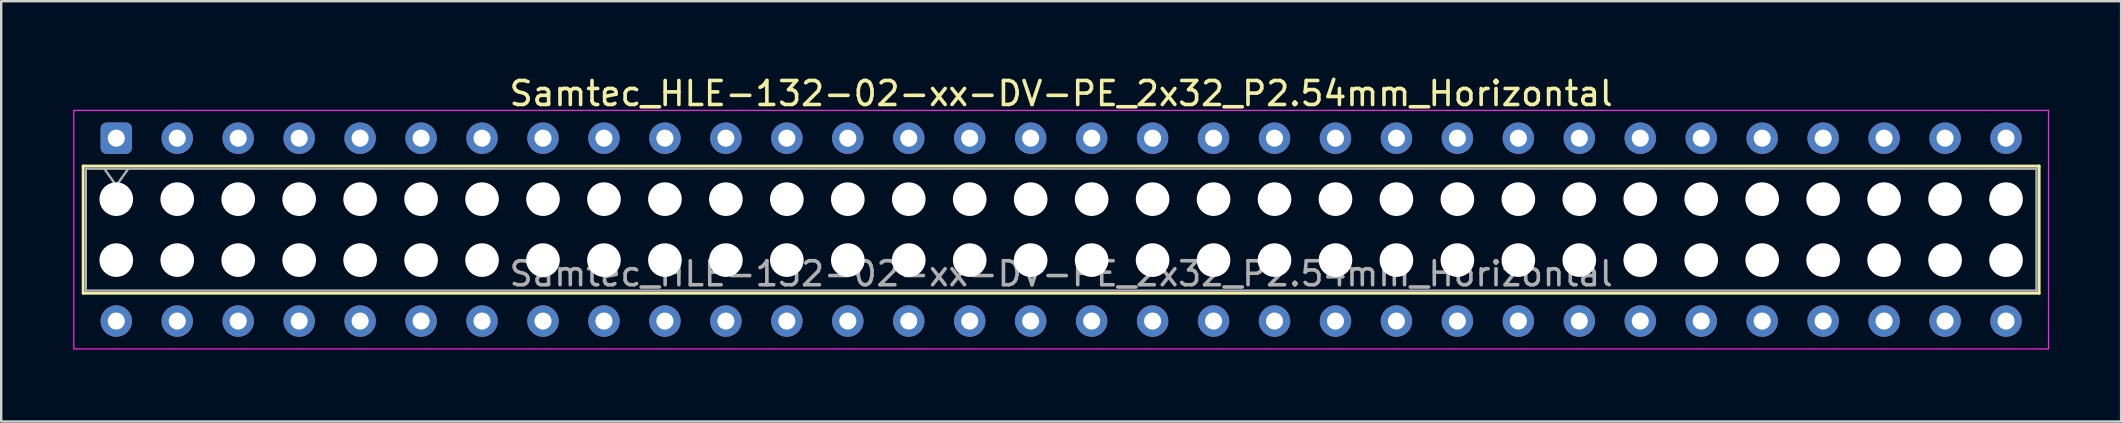
<source format=kicad_pcb>
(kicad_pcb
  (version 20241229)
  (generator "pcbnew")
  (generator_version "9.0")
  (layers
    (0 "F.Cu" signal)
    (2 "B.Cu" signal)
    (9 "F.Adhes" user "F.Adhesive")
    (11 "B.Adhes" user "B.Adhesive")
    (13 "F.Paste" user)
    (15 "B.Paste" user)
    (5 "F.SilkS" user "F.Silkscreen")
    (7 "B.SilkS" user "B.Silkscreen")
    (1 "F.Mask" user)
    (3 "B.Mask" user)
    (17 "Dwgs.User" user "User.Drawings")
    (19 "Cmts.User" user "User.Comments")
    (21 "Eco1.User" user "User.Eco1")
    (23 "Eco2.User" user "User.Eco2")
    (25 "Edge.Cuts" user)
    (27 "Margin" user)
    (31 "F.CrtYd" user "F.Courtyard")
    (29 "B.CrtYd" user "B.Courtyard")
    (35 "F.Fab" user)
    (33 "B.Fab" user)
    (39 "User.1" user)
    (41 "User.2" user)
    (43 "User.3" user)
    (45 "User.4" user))
  (footprint "Samtec_HLE-132-02-xx-DV-PE_2x32_P2.54mm_Horizontal"
    (layer "F.Cu")
    (at 1.795 2.708)
    (property "Reference" "Samtec_HLE-132-02-xx-DV-PE_2x32_P2.54mm_Horizontal" (at 39.37 -1.86 0) (layer "F.SilkS") (effects (font (size 1 1) (thickness 0.15))))
    (attr through_hole)
    (fp_line (start -1.38 1.16) (end 80.12 1.16) (stroke (width 0.12) (type solid)) (layer "F.SilkS"))
    (fp_line (start -1.38 6.46) (end -1.38 1.16) (stroke (width 0.12) (type solid)) (layer "F.SilkS"))
    (fp_line (start 80.12 1.16) (end 80.12 6.46) (stroke (width 0.12) (type solid)) (layer "F.SilkS"))
    (fp_line (start 80.12 6.46) (end -1.38 6.46) (stroke (width 0.12) (type solid)) (layer "F.SilkS"))
    (fp_line (start -1.77 -1.16) (end 80.51 -1.16) (stroke (width 0.05) (type solid)) (layer "F.CrtYd"))
    (fp_line (start -1.77 8.78) (end -1.77 -1.16) (stroke (width 0.05) (type solid)) (layer "F.CrtYd"))
    (fp_line (start 80.51 -1.16) (end 80.51 8.78) (stroke (width 0.05) (type solid)) (layer "F.CrtYd"))
    (fp_line (start 80.51 8.78) (end -1.77 8.78) (stroke (width 0.05) (type solid)) (layer "F.CrtYd"))
    (fp_line (start -1.27 1.27) (end 80.01 1.27) (stroke (width 0.1) (type solid)) (layer "F.Fab"))
    (fp_line (start -1.27 6.35) (end -1.27 1.27) (stroke (width 0.1) (type solid)) (layer "F.Fab"))
    (fp_line (start -0.5 1.27) (end 0 1.977) (stroke (width 0.1) (type solid)) (layer "F.Fab"))
    (fp_line (start 0 1.977) (end 0.5 1.27) (stroke (width 0.1) (type solid)) (layer "F.Fab"))
    (fp_line (start 80.01 1.27) (end 80.01 6.35) (stroke (width 0.1) (type solid)) (layer "F.Fab"))
    (fp_line (start 80.01 6.35) (end -1.27 6.35) (stroke (width 0.1) (type solid)) (layer "F.Fab"))
    (fp_text user "${REFERENCE}" (at 39.37 5.65 0) (layer "F.Fab") (effects (font (size 1 1) (thickness 0.15))))
    (pad "" np_thru_hole circle (at 0 2.54) (size 1.4 1.4) (drill 1.4) (layers "*.Cu" "*.Mask"))
    (pad "" np_thru_hole circle (at 0 5.08) (size 1.4 1.4) (drill 1.4) (layers "*.Cu" "*.Mask"))
    (pad "" np_thru_hole circle (at 2.54 2.54) (size 1.4 1.4) (drill 1.4) (layers "*.Cu" "*.Mask"))
    (pad "" np_thru_hole circle (at 2.54 5.08) (size 1.4 1.4) (drill 1.4) (layers "*.Cu" "*.Mask"))
    (pad "" np_thru_hole circle (at 5.08 2.54) (size 1.4 1.4) (drill 1.4) (layers "*.Cu" "*.Mask"))
    (pad "" np_thru_hole circle (at 5.08 5.08) (size 1.4 1.4) (drill 1.4) (layers "*.Cu" "*.Mask"))
    (pad "" np_thru_hole circle (at 7.62 2.54) (size 1.4 1.4) (drill 1.4) (layers "*.Cu" "*.Mask"))
    (pad "" np_thru_hole circle (at 7.62 5.08) (size 1.4 1.4) (drill 1.4) (layers "*.Cu" "*.Mask"))
    (pad "" np_thru_hole circle (at 10.16 2.54) (size 1.4 1.4) (drill 1.4) (layers "*.Cu" "*.Mask"))
    (pad "" np_thru_hole circle (at 10.16 5.08) (size 1.4 1.4) (drill 1.4) (layers "*.Cu" "*.Mask"))
    (pad "" np_thru_hole circle (at 12.7 2.54) (size 1.4 1.4) (drill 1.4) (layers "*.Cu" "*.Mask"))
    (pad "" np_thru_hole circle (at 12.7 5.08) (size 1.4 1.4) (drill 1.4) (layers "*.Cu" "*.Mask"))
    (pad "" np_thru_hole circle (at 15.24 2.54) (size 1.4 1.4) (drill 1.4) (layers "*.Cu" "*.Mask"))
    (pad "" np_thru_hole circle (at 15.24 5.08) (size 1.4 1.4) (drill 1.4) (layers "*.Cu" "*.Mask"))
    (pad "" np_thru_hole circle (at 17.78 2.54) (size 1.4 1.4) (drill 1.4) (layers "*.Cu" "*.Mask"))
    (pad "" np_thru_hole circle (at 17.78 5.08) (size 1.4 1.4) (drill 1.4) (layers "*.Cu" "*.Mask"))
    (pad "" np_thru_hole circle (at 20.32 2.54) (size 1.4 1.4) (drill 1.4) (layers "*.Cu" "*.Mask"))
    (pad "" np_thru_hole circle (at 20.32 5.08) (size 1.4 1.4) (drill 1.4) (layers "*.Cu" "*.Mask"))
    (pad "" np_thru_hole circle (at 22.86 2.54) (size 1.4 1.4) (drill 1.4) (layers "*.Cu" "*.Mask"))
    (pad "" np_thru_hole circle (at 22.86 5.08) (size 1.4 1.4) (drill 1.4) (layers "*.Cu" "*.Mask"))
    (pad "" np_thru_hole circle (at 25.4 2.54) (size 1.4 1.4) (drill 1.4) (layers "*.Cu" "*.Mask"))
    (pad "" np_thru_hole circle (at 25.4 5.08) (size 1.4 1.4) (drill 1.4) (layers "*.Cu" "*.Mask"))
    (pad "" np_thru_hole circle (at 27.94 2.54) (size 1.4 1.4) (drill 1.4) (layers "*.Cu" "*.Mask"))
    (pad "" np_thru_hole circle (at 27.94 5.08) (size 1.4 1.4) (drill 1.4) (layers "*.Cu" "*.Mask"))
    (pad "" np_thru_hole circle (at 30.48 2.54) (size 1.4 1.4) (drill 1.4) (layers "*.Cu" "*.Mask"))
    (pad "" np_thru_hole circle (at 30.48 5.08) (size 1.4 1.4) (drill 1.4) (layers "*.Cu" "*.Mask"))
    (pad "" np_thru_hole circle (at 33.02 2.54) (size 1.4 1.4) (drill 1.4) (layers "*.Cu" "*.Mask"))
    (pad "" np_thru_hole circle (at 33.02 5.08) (size 1.4 1.4) (drill 1.4) (layers "*.Cu" "*.Mask"))
    (pad "" np_thru_hole circle (at 35.56 2.54) (size 1.4 1.4) (drill 1.4) (layers "*.Cu" "*.Mask"))
    (pad "" np_thru_hole circle (at 35.56 5.08) (size 1.4 1.4) (drill 1.4) (layers "*.Cu" "*.Mask"))
    (pad "" np_thru_hole circle (at 38.1 2.54) (size 1.4 1.4) (drill 1.4) (layers "*.Cu" "*.Mask"))
    (pad "" np_thru_hole circle (at 38.1 5.08) (size 1.4 1.4) (drill 1.4) (layers "*.Cu" "*.Mask"))
    (pad "" np_thru_hole circle (at 40.64 2.54) (size 1.4 1.4) (drill 1.4) (layers "*.Cu" "*.Mask"))
    (pad "" np_thru_hole circle (at 40.64 5.08) (size 1.4 1.4) (drill 1.4) (layers "*.Cu" "*.Mask"))
    (pad "" np_thru_hole circle (at 43.18 2.54) (size 1.4 1.4) (drill 1.4) (layers "*.Cu" "*.Mask"))
    (pad "" np_thru_hole circle (at 43.18 5.08) (size 1.4 1.4) (drill 1.4) (layers "*.Cu" "*.Mask"))
    (pad "" np_thru_hole circle (at 45.72 2.54) (size 1.4 1.4) (drill 1.4) (layers "*.Cu" "*.Mask"))
    (pad "" np_thru_hole circle (at 45.72 5.08) (size 1.4 1.4) (drill 1.4) (layers "*.Cu" "*.Mask"))
    (pad "" np_thru_hole circle (at 48.26 2.54) (size 1.4 1.4) (drill 1.4) (layers "*.Cu" "*.Mask"))
    (pad "" np_thru_hole circle (at 48.26 5.08) (size 1.4 1.4) (drill 1.4) (layers "*.Cu" "*.Mask"))
    (pad "" np_thru_hole circle (at 50.8 2.54) (size 1.4 1.4) (drill 1.4) (layers "*.Cu" "*.Mask"))
    (pad "" np_thru_hole circle (at 50.8 5.08) (size 1.4 1.4) (drill 1.4) (layers "*.Cu" "*.Mask"))
    (pad "" np_thru_hole circle (at 53.34 2.54) (size 1.4 1.4) (drill 1.4) (layers "*.Cu" "*.Mask"))
    (pad "" np_thru_hole circle (at 53.34 5.08) (size 1.4 1.4) (drill 1.4) (layers "*.Cu" "*.Mask"))
    (pad "" np_thru_hole circle (at 55.88 2.54) (size 1.4 1.4) (drill 1.4) (layers "*.Cu" "*.Mask"))
    (pad "" np_thru_hole circle (at 55.88 5.08) (size 1.4 1.4) (drill 1.4) (layers "*.Cu" "*.Mask"))
    (pad "" np_thru_hole circle (at 58.42 2.54) (size 1.4 1.4) (drill 1.4) (layers "*.Cu" "*.Mask"))
    (pad "" np_thru_hole circle (at 58.42 5.08) (size 1.4 1.4) (drill 1.4) (layers "*.Cu" "*.Mask"))
    (pad "" np_thru_hole circle (at 60.96 2.54) (size 1.4 1.4) (drill 1.4) (layers "*.Cu" "*.Mask"))
    (pad "" np_thru_hole circle (at 60.96 5.08) (size 1.4 1.4) (drill 1.4) (layers "*.Cu" "*.Mask"))
    (pad "" np_thru_hole circle (at 63.5 2.54) (size 1.4 1.4) (drill 1.4) (layers "*.Cu" "*.Mask"))
    (pad "" np_thru_hole circle (at 63.5 5.08) (size 1.4 1.4) (drill 1.4) (layers "*.Cu" "*.Mask"))
    (pad "" np_thru_hole circle (at 66.04 2.54) (size 1.4 1.4) (drill 1.4) (layers "*.Cu" "*.Mask"))
    (pad "" np_thru_hole circle (at 66.04 5.08) (size 1.4 1.4) (drill 1.4) (layers "*.Cu" "*.Mask"))
    (pad "" np_thru_hole circle (at 68.58 2.54) (size 1.4 1.4) (drill 1.4) (layers "*.Cu" "*.Mask"))
    (pad "" np_thru_hole circle (at 68.58 5.08) (size 1.4 1.4) (drill 1.4) (layers "*.Cu" "*.Mask"))
    (pad "" np_thru_hole circle (at 71.12 2.54) (size 1.4 1.4) (drill 1.4) (layers "*.Cu" "*.Mask"))
    (pad "" np_thru_hole circle (at 71.12 5.08) (size 1.4 1.4) (drill 1.4) (layers "*.Cu" "*.Mask"))
    (pad "" np_thru_hole circle (at 73.66 2.54) (size 1.4 1.4) (drill 1.4) (layers "*.Cu" "*.Mask"))
    (pad "" np_thru_hole circle (at 73.66 5.08) (size 1.4 1.4) (drill 1.4) (layers "*.Cu" "*.Mask"))
    (pad "" np_thru_hole circle (at 76.2 2.54) (size 1.4 1.4) (drill 1.4) (layers "*.Cu" "*.Mask"))
    (pad "" np_thru_hole circle (at 76.2 5.08) (size 1.4 1.4) (drill 1.4) (layers "*.Cu" "*.Mask"))
    (pad "" np_thru_hole circle (at 78.74 2.54) (size 1.4 1.4) (drill 1.4) (layers "*.Cu" "*.Mask"))
    (pad "" np_thru_hole circle (at 78.74 5.08) (size 1.4 1.4) (drill 1.4) (layers "*.Cu" "*.Mask"))
    (pad "1" thru_hole roundrect (at 0 0) (size 1.31 1.31) (drill 0.71) (layers "*.Cu" "*.Mask") (roundrect_rratio 0.191))
    (pad "2" thru_hole circle (at 0 7.62) (size 1.31 1.31) (drill 0.71) (layers "*.Cu" "*.Mask"))
    (pad "3" thru_hole circle (at 2.54 0) (size 1.31 1.31) (drill 0.71) (layers "*.Cu" "*.Mask"))
    (pad "4" thru_hole circle (at 2.54 7.62) (size 1.31 1.31) (drill 0.71) (layers "*.Cu" "*.Mask"))
    (pad "5" thru_hole circle (at 5.08 0) (size 1.31 1.31) (drill 0.71) (layers "*.Cu" "*.Mask"))
    (pad "6" thru_hole circle (at 5.08 7.62) (size 1.31 1.31) (drill 0.71) (layers "*.Cu" "*.Mask"))
    (pad "7" thru_hole circle (at 7.62 0) (size 1.31 1.31) (drill 0.71) (layers "*.Cu" "*.Mask"))
    (pad "8" thru_hole circle (at 7.62 7.62) (size 1.31 1.31) (drill 0.71) (layers "*.Cu" "*.Mask"))
    (pad "9" thru_hole circle (at 10.16 0) (size 1.31 1.31) (drill 0.71) (layers "*.Cu" "*.Mask"))
    (pad "10" thru_hole circle (at 10.16 7.62) (size 1.31 1.31) (drill 0.71) (layers "*.Cu" "*.Mask"))
    (pad "11" thru_hole circle (at 12.7 0) (size 1.31 1.31) (drill 0.71) (layers "*.Cu" "*.Mask"))
    (pad "12" thru_hole circle (at 12.7 7.62) (size 1.31 1.31) (drill 0.71) (layers "*.Cu" "*.Mask"))
    (pad "13" thru_hole circle (at 15.24 0) (size 1.31 1.31) (drill 0.71) (layers "*.Cu" "*.Mask"))
    (pad "14" thru_hole circle (at 15.24 7.62) (size 1.31 1.31) (drill 0.71) (layers "*.Cu" "*.Mask"))
    (pad "15" thru_hole circle (at 17.78 0) (size 1.31 1.31) (drill 0.71) (layers "*.Cu" "*.Mask"))
    (pad "16" thru_hole circle (at 17.78 7.62) (size 1.31 1.31) (drill 0.71) (layers "*.Cu" "*.Mask"))
    (pad "17" thru_hole circle (at 20.32 0) (size 1.31 1.31) (drill 0.71) (layers "*.Cu" "*.Mask"))
    (pad "18" thru_hole circle (at 20.32 7.62) (size 1.31 1.31) (drill 0.71) (layers "*.Cu" "*.Mask"))
    (pad "19" thru_hole circle (at 22.86 0) (size 1.31 1.31) (drill 0.71) (layers "*.Cu" "*.Mask"))
    (pad "20" thru_hole circle (at 22.86 7.62) (size 1.31 1.31) (drill 0.71) (layers "*.Cu" "*.Mask"))
    (pad "21" thru_hole circle (at 25.4 0) (size 1.31 1.31) (drill 0.71) (layers "*.Cu" "*.Mask"))
    (pad "22" thru_hole circle (at 25.4 7.62) (size 1.31 1.31) (drill 0.71) (layers "*.Cu" "*.Mask"))
    (pad "23" thru_hole circle (at 27.94 0) (size 1.31 1.31) (drill 0.71) (layers "*.Cu" "*.Mask"))
    (pad "24" thru_hole circle (at 27.94 7.62) (size 1.31 1.31) (drill 0.71) (layers "*.Cu" "*.Mask"))
    (pad "25" thru_hole circle (at 30.48 0) (size 1.31 1.31) (drill 0.71) (layers "*.Cu" "*.Mask"))
    (pad "26" thru_hole circle (at 30.48 7.62) (size 1.31 1.31) (drill 0.71) (layers "*.Cu" "*.Mask"))
    (pad "27" thru_hole circle (at 33.02 0) (size 1.31 1.31) (drill 0.71) (layers "*.Cu" "*.Mask"))
    (pad "28" thru_hole circle (at 33.02 7.62) (size 1.31 1.31) (drill 0.71) (layers "*.Cu" "*.Mask"))
    (pad "29" thru_hole circle (at 35.56 0) (size 1.31 1.31) (drill 0.71) (layers "*.Cu" "*.Mask"))
    (pad "30" thru_hole circle (at 35.56 7.62) (size 1.31 1.31) (drill 0.71) (layers "*.Cu" "*.Mask"))
    (pad "31" thru_hole circle (at 38.1 0) (size 1.31 1.31) (drill 0.71) (layers "*.Cu" "*.Mask"))
    (pad "32" thru_hole circle (at 38.1 7.62) (size 1.31 1.31) (drill 0.71) (layers "*.Cu" "*.Mask"))
    (pad "33" thru_hole circle (at 40.64 0) (size 1.31 1.31) (drill 0.71) (layers "*.Cu" "*.Mask"))
    (pad "34" thru_hole circle (at 40.64 7.62) (size 1.31 1.31) (drill 0.71) (layers "*.Cu" "*.Mask"))
    (pad "35" thru_hole circle (at 43.18 0) (size 1.31 1.31) (drill 0.71) (layers "*.Cu" "*.Mask"))
    (pad "36" thru_hole circle (at 43.18 7.62) (size 1.31 1.31) (drill 0.71) (layers "*.Cu" "*.Mask"))
    (pad "37" thru_hole circle (at 45.72 0) (size 1.31 1.31) (drill 0.71) (layers "*.Cu" "*.Mask"))
    (pad "38" thru_hole circle (at 45.72 7.62) (size 1.31 1.31) (drill 0.71) (layers "*.Cu" "*.Mask"))
    (pad "39" thru_hole circle (at 48.26 0) (size 1.31 1.31) (drill 0.71) (layers "*.Cu" "*.Mask"))
    (pad "40" thru_hole circle (at 48.26 7.62) (size 1.31 1.31) (drill 0.71) (layers "*.Cu" "*.Mask"))
    (pad "41" thru_hole circle (at 50.8 0) (size 1.31 1.31) (drill 0.71) (layers "*.Cu" "*.Mask"))
    (pad "42" thru_hole circle (at 50.8 7.62) (size 1.31 1.31) (drill 0.71) (layers "*.Cu" "*.Mask"))
    (pad "43" thru_hole circle (at 53.34 0) (size 1.31 1.31) (drill 0.71) (layers "*.Cu" "*.Mask"))
    (pad "44" thru_hole circle (at 53.34 7.62) (size 1.31 1.31) (drill 0.71) (layers "*.Cu" "*.Mask"))
    (pad "45" thru_hole circle (at 55.88 0) (size 1.31 1.31) (drill 0.71) (layers "*.Cu" "*.Mask"))
    (pad "46" thru_hole circle (at 55.88 7.62) (size 1.31 1.31) (drill 0.71) (layers "*.Cu" "*.Mask"))
    (pad "47" thru_hole circle (at 58.42 0) (size 1.31 1.31) (drill 0.71) (layers "*.Cu" "*.Mask"))
    (pad "48" thru_hole circle (at 58.42 7.62) (size 1.31 1.31) (drill 0.71) (layers "*.Cu" "*.Mask"))
    (pad "49" thru_hole circle (at 60.96 0) (size 1.31 1.31) (drill 0.71) (layers "*.Cu" "*.Mask"))
    (pad "50" thru_hole circle (at 60.96 7.62) (size 1.31 1.31) (drill 0.71) (layers "*.Cu" "*.Mask"))
    (pad "51" thru_hole circle (at 63.5 0) (size 1.31 1.31) (drill 0.71) (layers "*.Cu" "*.Mask"))
    (pad "52" thru_hole circle (at 63.5 7.62) (size 1.31 1.31) (drill 0.71) (layers "*.Cu" "*.Mask"))
    (pad "53" thru_hole circle (at 66.04 0) (size 1.31 1.31) (drill 0.71) (layers "*.Cu" "*.Mask"))
    (pad "54" thru_hole circle (at 66.04 7.62) (size 1.31 1.31) (drill 0.71) (layers "*.Cu" "*.Mask"))
    (pad "55" thru_hole circle (at 68.58 0) (size 1.31 1.31) (drill 0.71) (layers "*.Cu" "*.Mask"))
    (pad "56" thru_hole circle (at 68.58 7.62) (size 1.31 1.31) (drill 0.71) (layers "*.Cu" "*.Mask"))
    (pad "57" thru_hole circle (at 71.12 0) (size 1.31 1.31) (drill 0.71) (layers "*.Cu" "*.Mask"))
    (pad "58" thru_hole circle (at 71.12 7.62) (size 1.31 1.31) (drill 0.71) (layers "*.Cu" "*.Mask"))
    (pad "59" thru_hole circle (at 73.66 0) (size 1.31 1.31) (drill 0.71) (layers "*.Cu" "*.Mask"))
    (pad "60" thru_hole circle (at 73.66 7.62) (size 1.31 1.31) (drill 0.71) (layers "*.Cu" "*.Mask"))
    (pad "61" thru_hole circle (at 76.2 0) (size 1.31 1.31) (drill 0.71) (layers "*.Cu" "*.Mask"))
    (pad "62" thru_hole circle (at 76.2 7.62) (size 1.31 1.31) (drill 0.71) (layers "*.Cu" "*.Mask"))
    (pad "63" thru_hole circle (at 78.74 0) (size 1.31 1.31) (drill 0.71) (layers "*.Cu" "*.Mask"))
    (pad "64" thru_hole circle (at 78.74 7.62) (size 1.31 1.31) (drill 0.71) (layers "*.Cu" "*.Mask")))
  (gr_rect
    (start -3 -3)
    (end 85.33 14.513)
    (stroke (width 0.1) (type default))
    (fill no)
    (layer "Edge.Cuts")))
</source>
